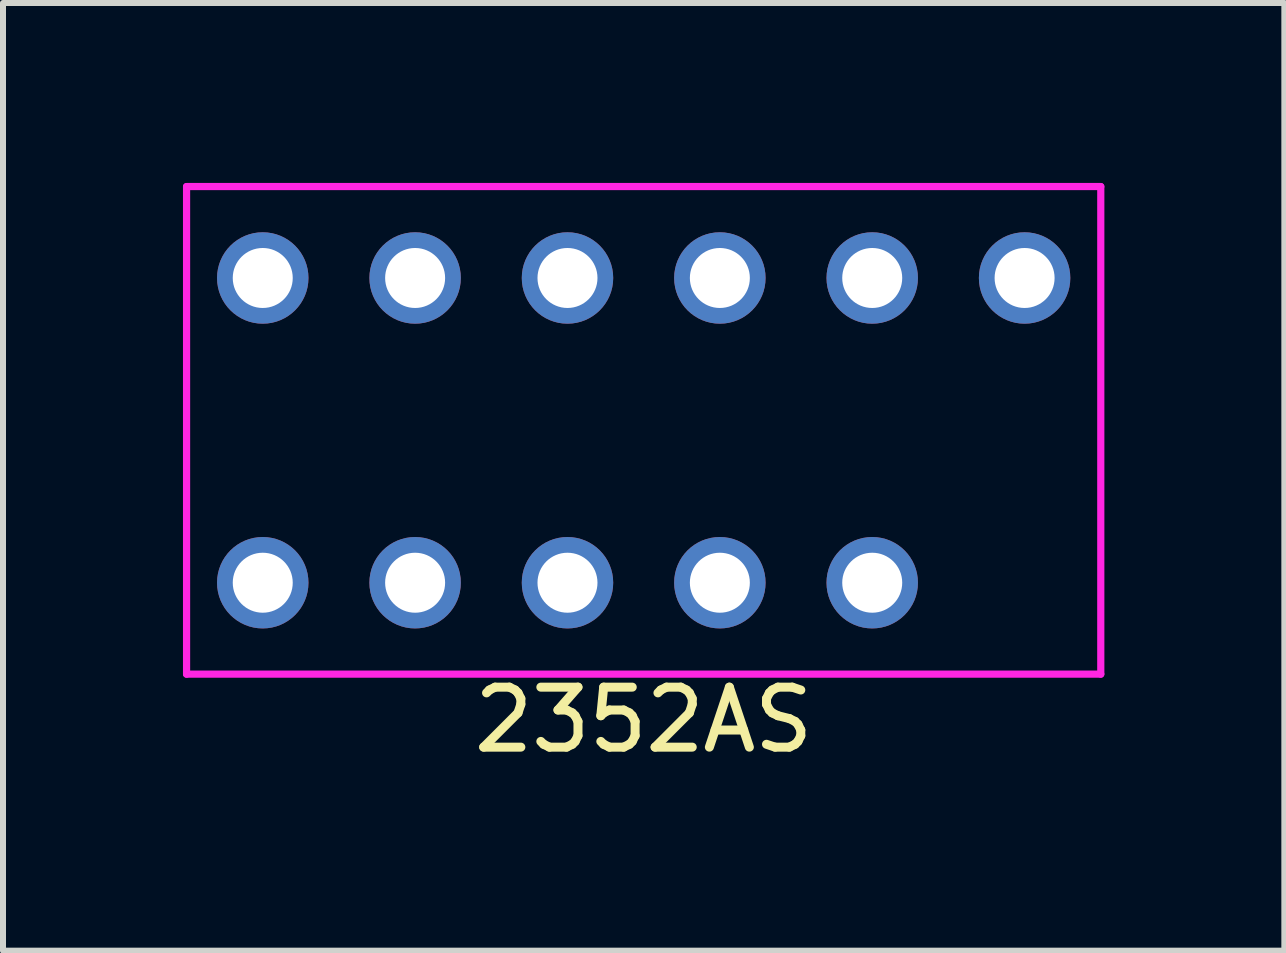
<source format=kicad_pcb>
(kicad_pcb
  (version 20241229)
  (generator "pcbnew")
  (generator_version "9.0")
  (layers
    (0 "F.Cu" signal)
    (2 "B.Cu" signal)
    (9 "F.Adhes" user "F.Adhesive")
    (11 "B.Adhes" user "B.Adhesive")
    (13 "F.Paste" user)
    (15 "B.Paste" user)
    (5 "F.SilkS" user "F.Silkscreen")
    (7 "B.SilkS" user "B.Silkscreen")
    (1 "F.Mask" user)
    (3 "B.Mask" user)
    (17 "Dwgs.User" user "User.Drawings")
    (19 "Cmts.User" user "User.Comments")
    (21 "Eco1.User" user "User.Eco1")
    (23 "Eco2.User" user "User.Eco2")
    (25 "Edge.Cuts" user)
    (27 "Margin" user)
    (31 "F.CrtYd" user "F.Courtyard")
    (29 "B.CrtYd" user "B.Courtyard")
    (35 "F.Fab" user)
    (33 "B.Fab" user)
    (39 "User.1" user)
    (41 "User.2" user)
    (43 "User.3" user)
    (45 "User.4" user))
  (footprint "2352AS"
    (layer "F.Cu")
    (at 7.68 4.124)
    (property "Reference" "2352AS" (at 0 4.826 0) (layer "F.SilkS") (effects (font (size 1 1) (thickness 0.15))))
    (attr through_hole)
    (fp_line (start -7.62 -4.064) (end 7.62 -4.064) (stroke (width 0.12) (type solid)) (layer "F.CrtYd"))
    (fp_line (start -7.62 4.064) (end -7.62 -4.064) (stroke (width 0.12) (type solid)) (layer "F.CrtYd"))
    (fp_line (start 7.62 4.064) (end -7.62 4.064) (stroke (width 0.12) (type solid)) (layer "F.CrtYd"))
    (fp_line (start 7.62 4.064) (end 7.62 -4.064) (stroke (width 0.12) (type solid)) (layer "F.CrtYd"))
    (pad "1" thru_hole circle (at -6.35 2.54) (size 1.524 1.524) (drill 1) (layers "*.Cu" "*.Mask"))
    (pad "2" thru_hole circle (at -3.81 2.54) (size 1.524 1.524) (drill 1) (layers "*.Cu" "*.Mask"))
    (pad "3" thru_hole circle (at -1.27 2.54) (size 1.524 1.524) (drill 1) (layers "*.Cu" "*.Mask"))
    (pad "4" thru_hole circle (at 1.27 2.54) (size 1.524 1.524) (drill 1) (layers "*.Cu" "*.Mask"))
    (pad "5" thru_hole circle (at 3.81 2.54) (size 1.524 1.524) (drill 1) (layers "*.Cu" "*.Mask"))
    (pad "7" thru_hole circle (at 6.35 -2.54) (size 1.524 1.524) (drill 1) (layers "*.Cu" "*.Mask"))
    (pad "8" thru_hole circle (at 3.81 -2.54) (size 1.524 1.524) (drill 1) (layers "*.Cu" "*.Mask"))
    (pad "9" thru_hole circle (at 1.27 -2.54) (size 1.524 1.524) (drill 1) (layers "*.Cu" "*.Mask"))
    (pad "10" thru_hole circle (at -1.27 -2.54) (size 1.524 1.524) (drill 1) (layers "*.Cu" "*.Mask"))
    (pad "11" thru_hole circle (at -3.81 -2.54) (size 1.524 1.524) (drill 1) (layers "*.Cu" "*.Mask"))
    (pad "12" thru_hole circle (at -6.35 -2.54) (size 1.524 1.524) (drill 1) (layers "*.Cu" "*.Mask")))
  (gr_rect
    (start -3 -3)
    (end 18.36 12.798)
    (stroke (width 0.1) (type default))
    (fill no)
    (layer "Edge.Cuts")))
</source>
